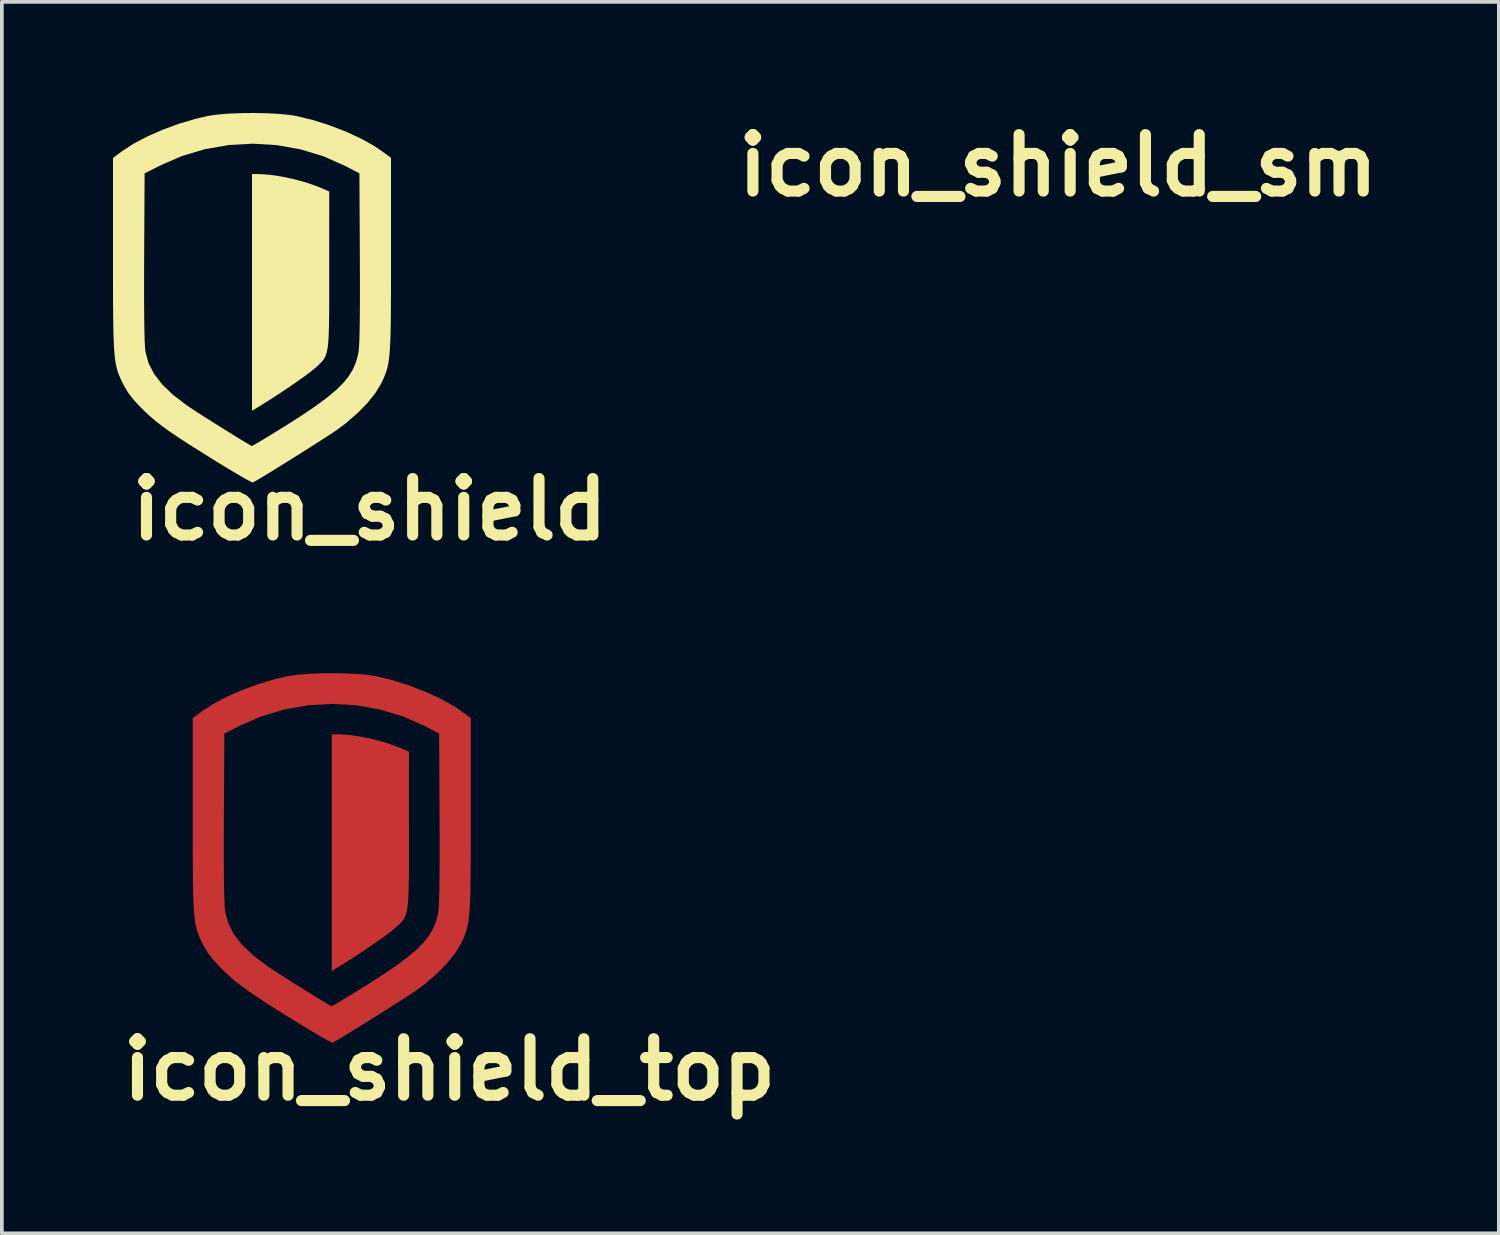
<source format=kicad_pcb>
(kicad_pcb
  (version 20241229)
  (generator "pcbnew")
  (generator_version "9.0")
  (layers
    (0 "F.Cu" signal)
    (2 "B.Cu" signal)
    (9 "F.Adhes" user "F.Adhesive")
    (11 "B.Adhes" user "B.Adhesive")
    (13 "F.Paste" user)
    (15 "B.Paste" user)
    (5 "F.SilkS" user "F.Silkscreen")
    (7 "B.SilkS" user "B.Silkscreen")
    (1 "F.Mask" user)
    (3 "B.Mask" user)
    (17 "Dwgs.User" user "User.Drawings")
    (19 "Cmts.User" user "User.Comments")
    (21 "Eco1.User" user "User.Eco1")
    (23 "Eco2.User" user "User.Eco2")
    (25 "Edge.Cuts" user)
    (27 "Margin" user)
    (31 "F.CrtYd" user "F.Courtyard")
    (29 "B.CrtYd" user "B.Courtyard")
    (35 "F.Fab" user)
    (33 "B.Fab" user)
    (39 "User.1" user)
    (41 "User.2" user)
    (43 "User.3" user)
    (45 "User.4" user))
  (footprint "icon_shield_sm"
    (layer "F.Cu")
    (at 25.509 7.133)
    (property "Reference" "icon_shield_sm" (at 0 -5.715 0) (layer "F.SilkS") (effects (font (size 1.524 1.524) (thickness 0.3))))
    (attr board_only exclude_from_pos_files exclude_from_bom)
    (fp_poly (pts (xy 0.48 -3.319) (xy 0.805 -3.27) (xy 1.149 -3.196) (xy 1.485 -3.102) (xy 1.786 -2.996) (xy 1.846 -2.971) (xy 2.085 -2.867) (xy 2.084 -0.756) (xy 2.084 -0.261) (xy 2.084 0.158) (xy 2.082 0.509) (xy 2.077 0.798) (xy 2.069 1.033) (xy 2.057 1.221) (xy 2.039 1.37) (xy 2.014 1.487) (xy 1.982 1.58) (xy 1.942 1.655) (xy 1.891 1.72) (xy 1.83 1.783) (xy 1.758 1.851) (xy 1.717 1.888) (xy 1.611 1.976) (xy 1.448 2.099) (xy 1.242 2.246) (xy 1.006 2.409) (xy 0.755 2.577) (xy 0.502 2.741) (xy 0.262 2.893) (xy 0.156 2.957) (xy 0 3.051) (xy 0 -3.337) (xy 0.203 -3.337)) (stroke (width 0) (type solid)) (fill yes) (layer "F.Mask"))
    (fp_poly (pts (xy 0.435 -4.978) (xy 0.768 -4.959) (xy 1.052 -4.929) (xy 1.187 -4.907) (xy 1.631 -4.8) (xy 2.083 -4.658) (xy 2.523 -4.488) (xy 2.934 -4.3) (xy 3.294 -4.1) (xy 3.513 -3.952) (xy 3.752 -3.775) (xy 3.752 -1.168) (xy 3.752 -0.601) (xy 3.751 -0.11) (xy 3.749 0.31) (xy 3.746 0.668) (xy 3.74 0.97) (xy 3.731 1.222) (xy 3.719 1.432) (xy 3.703 1.607) (xy 3.683 1.753) (xy 3.658 1.877) (xy 3.627 1.986) (xy 3.59 2.087) (xy 3.547 2.187) (xy 3.497 2.292) (xy 3.479 2.329) (xy 3.329 2.575) (xy 3.115 2.84) (xy 2.852 3.111) (xy 2.551 3.374) (xy 2.308 3.557) (xy 2.203 3.629) (xy 2.046 3.731) (xy 1.85 3.858) (xy 1.624 4.002) (xy 1.379 4.157) (xy 1.126 4.316) (xy 0.875 4.473) (xy 0.637 4.62) (xy 0.424 4.751) (xy 0.245 4.86) (xy 0.111 4.939) (xy 0.033 4.982) (xy 0.021 4.988) (xy -0.024 4.97) (xy -0.13 4.914) (xy -0.288 4.825) (xy -0.488 4.708) (xy -0.72 4.568) (xy -0.976 4.412) (xy -0.994 4.4) (xy -1.388 4.155) (xy -1.719 3.946) (xy -1.995 3.766) (xy -2.227 3.609) (xy -2.423 3.467) (xy -2.592 3.336) (xy -2.743 3.208) (xy -2.886 3.076) (xy -2.988 2.976) (xy -3.19 2.761) (xy -3.34 2.569) (xy -3.456 2.374) (xy -3.479 2.329) (xy -3.531 2.221) (xy -3.577 2.12) (xy -3.616 2.02) (xy -3.648 1.915) (xy -3.675 1.796) (xy -3.697 1.658) (xy -3.714 1.494) (xy -3.727 1.296) (xy -3.737 1.059) (xy -3.744 0.774) (xy -3.748 0.436) (xy -3.751 0.037) (xy -3.752 -0.43) (xy -3.752 -0.474) (xy -2.913 -0.474) (xy -2.913 0.053) (xy -2.91 0.498) (xy -2.905 0.861) (xy -2.898 1.142) (xy -2.888 1.341) (xy -2.876 1.459) (xy -2.876 1.46) (xy -2.792 1.766) (xy -2.642 2.058) (xy -2.423 2.342) (xy -2.131 2.622) (xy -1.761 2.904) (xy -1.667 2.968) (xy -1.536 3.054) (xy -1.366 3.164) (xy -1.169 3.289) (xy -0.955 3.423) (xy -0.738 3.559) (xy -0.529 3.689) (xy -0.34 3.806) (xy -0.182 3.901) (xy -0.068 3.969) (xy -0.009 4.002) (xy -0.004 4.003) (xy 0.036 3.983) (xy 0.133 3.927) (xy 0.276 3.842) (xy 0.452 3.736) (xy 0.538 3.684) (xy 1.015 3.388) (xy 1.422 3.125) (xy 1.766 2.889) (xy 2.052 2.675) (xy 2.286 2.477) (xy 2.473 2.29) (xy 2.618 2.108) (xy 2.727 1.928) (xy 2.806 1.742) (xy 2.859 1.547) (xy 2.876 1.46) (xy 2.888 1.341) (xy 2.898 1.142) (xy 2.905 0.862) (xy 2.91 0.499) (xy 2.913 0.055) (xy 2.913 -0.472) (xy 2.911 -1.082) (xy 2.911 -1.084) (xy 2.899 -3.357) (xy 2.523 -3.553) (xy 1.931 -3.817) (xy 1.31 -4.005) (xy 0.67 -4.119) (xy 0.021 -4.158) (xy -0.629 -4.121) (xy -1.27 -4.01) (xy -1.893 -3.824) (xy -2.434 -3.59) (xy -2.899 -3.357) (xy -2.911 -1.084) (xy -2.913 -0.474) (xy -3.752 -0.474) (xy -3.752 -0.971) (xy -3.752 -1.168) (xy -3.752 -3.775) (xy -3.513 -3.952) (xy -3.201 -4.155) (xy -2.825 -4.353) (xy -2.405 -4.537) (xy -1.959 -4.7) (xy -1.507 -4.833) (xy -1.187 -4.907) (xy -0.941 -4.943) (xy -0.634 -4.969) (xy -0.287 -4.983) (xy 0.076 -4.986)) (stroke (width 0) (type solid)) (fill yes) (layer "F.Mask")))
  (footprint "icon_shield"
    (layer "F.Cu")
    (at 3.752 4.986)
    (property "Reference" "icon_shield" (at 3.175 5.715 0) (layer "F.SilkS") (effects (font (size 1.524 1.524) (thickness 0.3))))
    (attr board_only exclude_from_pos_files exclude_from_bom)
    (fp_poly (pts (xy 0.48 -3.319) (xy 0.805 -3.27) (xy 1.149 -3.196) (xy 1.485 -3.102) (xy 1.786 -2.996) (xy 1.846 -2.971) (xy 2.085 -2.867) (xy 2.084 -0.756) (xy 2.084 -0.261) (xy 2.084 0.158) (xy 2.082 0.509) (xy 2.077 0.798) (xy 2.069 1.033) (xy 2.057 1.221) (xy 2.039 1.37) (xy 2.014 1.487) (xy 1.982 1.58) (xy 1.942 1.655) (xy 1.891 1.72) (xy 1.83 1.783) (xy 1.758 1.851) (xy 1.717 1.888) (xy 1.611 1.976) (xy 1.448 2.099) (xy 1.242 2.246) (xy 1.006 2.409) (xy 0.755 2.577) (xy 0.502 2.741) (xy 0.262 2.893) (xy 0.156 2.957) (xy 0 3.051) (xy 0 -3.337) (xy 0.203 -3.337)) (stroke (width 0) (type solid)) (fill yes) (layer "F.SilkS"))
    (fp_poly (pts (xy 0.435 -4.978) (xy 0.768 -4.959) (xy 1.052 -4.929) (xy 1.187 -4.907) (xy 1.631 -4.8) (xy 2.083 -4.658) (xy 2.523 -4.488) (xy 2.934 -4.3) (xy 3.294 -4.1) (xy 3.513 -3.952) (xy 3.752 -3.775) (xy 3.752 -1.168) (xy 3.752 -0.601) (xy 3.751 -0.11) (xy 3.749 0.31) (xy 3.746 0.668) (xy 3.74 0.97) (xy 3.731 1.222) (xy 3.719 1.432) (xy 3.703 1.607) (xy 3.683 1.753) (xy 3.658 1.877) (xy 3.627 1.986) (xy 3.59 2.087) (xy 3.547 2.187) (xy 3.497 2.292) (xy 3.479 2.329) (xy 3.329 2.575) (xy 3.115 2.84) (xy 2.852 3.111) (xy 2.551 3.374) (xy 2.308 3.557) (xy 2.203 3.629) (xy 2.046 3.731) (xy 1.85 3.858) (xy 1.624 4.002) (xy 1.379 4.157) (xy 1.126 4.316) (xy 0.875 4.473) (xy 0.637 4.62) (xy 0.424 4.751) (xy 0.245 4.86) (xy 0.111 4.939) (xy 0.033 4.982) (xy 0.021 4.988) (xy -0.024 4.97) (xy -0.13 4.914) (xy -0.288 4.825) (xy -0.488 4.708) (xy -0.72 4.568) (xy -0.976 4.412) (xy -0.994 4.4) (xy -1.388 4.155) (xy -1.719 3.946) (xy -1.995 3.766) (xy -2.227 3.609) (xy -2.423 3.467) (xy -2.592 3.336) (xy -2.743 3.208) (xy -2.886 3.076) (xy -2.988 2.976) (xy -3.19 2.761) (xy -3.34 2.569) (xy -3.456 2.374) (xy -3.479 2.329) (xy -3.531 2.221) (xy -3.577 2.12) (xy -3.616 2.02) (xy -3.648 1.915) (xy -3.675 1.796) (xy -3.697 1.658) (xy -3.714 1.494) (xy -3.727 1.296) (xy -3.737 1.059) (xy -3.744 0.774) (xy -3.748 0.436) (xy -3.751 0.037) (xy -3.752 -0.43) (xy -3.752 -0.474) (xy -2.913 -0.474) (xy -2.913 0.053) (xy -2.91 0.498) (xy -2.905 0.861) (xy -2.898 1.142) (xy -2.888 1.341) (xy -2.876 1.459) (xy -2.876 1.46) (xy -2.792 1.766) (xy -2.642 2.058) (xy -2.423 2.342) (xy -2.131 2.622) (xy -1.761 2.904) (xy -1.667 2.968) (xy -1.536 3.054) (xy -1.366 3.164) (xy -1.169 3.289) (xy -0.955 3.423) (xy -0.738 3.559) (xy -0.529 3.689) (xy -0.34 3.806) (xy -0.182 3.901) (xy -0.068 3.969) (xy -0.009 4.002) (xy -0.004 4.003) (xy 0.036 3.983) (xy 0.133 3.927) (xy 0.276 3.842) (xy 0.452 3.736) (xy 0.538 3.684) (xy 1.015 3.388) (xy 1.422 3.125) (xy 1.766 2.889) (xy 2.052 2.675) (xy 2.286 2.477) (xy 2.473 2.29) (xy 2.618 2.108) (xy 2.727 1.928) (xy 2.806 1.742) (xy 2.859 1.547) (xy 2.876 1.46) (xy 2.888 1.341) (xy 2.898 1.142) (xy 2.905 0.862) (xy 2.91 0.499) (xy 2.913 0.055) (xy 2.913 -0.472) (xy 2.911 -1.082) (xy 2.911 -1.084) (xy 2.899 -3.357) (xy 2.523 -3.553) (xy 1.931 -3.817) (xy 1.31 -4.005) (xy 0.67 -4.119) (xy 0.021 -4.158) (xy -0.629 -4.121) (xy -1.27 -4.01) (xy -1.893 -3.824) (xy -2.434 -3.59) (xy -2.899 -3.357) (xy -2.911 -1.084) (xy -2.913 -0.474) (xy -3.752 -0.474) (xy -3.752 -0.971) (xy -3.752 -1.168) (xy -3.752 -3.775) (xy -3.513 -3.952) (xy -3.201 -4.155) (xy -2.825 -4.353) (xy -2.405 -4.537) (xy -1.959 -4.7) (xy -1.507 -4.833) (xy -1.187 -4.907) (xy -0.941 -4.943) (xy -0.634 -4.969) (xy -0.287 -4.983) (xy 0.076 -4.986)) (stroke (width 0) (type solid)) (fill yes) (layer "F.SilkS")))
  (footprint "icon_shield_top"
    (layer "F.Cu")
    (at 5.904 20.107)
    (property "Reference" "icon_shield_top" (at 3.175 5.715 0) (layer "F.SilkS") (effects (font (size 1.524 1.524) (thickness 0.3))))
    (attr board_only exclude_from_pos_files exclude_from_bom)
    (fp_poly (pts (xy 0.48 -3.319) (xy 0.805 -3.27) (xy 1.149 -3.196) (xy 1.485 -3.102) (xy 1.786 -2.996) (xy 1.846 -2.971) (xy 2.085 -2.867) (xy 2.084 -0.756) (xy 2.084 -0.261) (xy 2.084 0.158) (xy 2.082 0.509) (xy 2.077 0.798) (xy 2.069 1.033) (xy 2.057 1.221) (xy 2.039 1.37) (xy 2.014 1.487) (xy 1.982 1.58) (xy 1.942 1.655) (xy 1.891 1.72) (xy 1.83 1.783) (xy 1.758 1.851) (xy 1.717 1.888) (xy 1.611 1.976) (xy 1.448 2.099) (xy 1.242 2.246) (xy 1.006 2.409) (xy 0.755 2.577) (xy 0.502 2.741) (xy 0.262 2.893) (xy 0.156 2.957) (xy 0 3.051) (xy 0 -3.337) (xy 0.203 -3.337)) (stroke (width 0) (type solid)) (fill yes) (layer "F.Cu"))
    (fp_poly (pts (xy 0.435 -4.978) (xy 0.768 -4.959) (xy 1.052 -4.929) (xy 1.187 -4.907) (xy 1.631 -4.8) (xy 2.083 -4.658) (xy 2.523 -4.488) (xy 2.934 -4.3) (xy 3.294 -4.1) (xy 3.513 -3.952) (xy 3.752 -3.775) (xy 3.752 -1.168) (xy 3.752 -0.601) (xy 3.751 -0.11) (xy 3.749 0.31) (xy 3.746 0.668) (xy 3.74 0.97) (xy 3.731 1.222) (xy 3.719 1.432) (xy 3.703 1.607) (xy 3.683 1.753) (xy 3.658 1.877) (xy 3.627 1.986) (xy 3.59 2.087) (xy 3.547 2.187) (xy 3.497 2.292) (xy 3.479 2.329) (xy 3.329 2.575) (xy 3.115 2.84) (xy 2.852 3.111) (xy 2.551 3.374) (xy 2.308 3.557) (xy 2.203 3.629) (xy 2.046 3.731) (xy 1.85 3.858) (xy 1.624 4.002) (xy 1.379 4.157) (xy 1.126 4.316) (xy 0.875 4.473) (xy 0.637 4.62) (xy 0.424 4.751) (xy 0.245 4.86) (xy 0.111 4.939) (xy 0.033 4.982) (xy 0.021 4.988) (xy -0.024 4.97) (xy -0.13 4.914) (xy -0.288 4.825) (xy -0.488 4.708) (xy -0.72 4.568) (xy -0.976 4.412) (xy -0.994 4.4) (xy -1.388 4.155) (xy -1.719 3.946) (xy -1.995 3.766) (xy -2.227 3.609) (xy -2.423 3.467) (xy -2.592 3.336) (xy -2.743 3.208) (xy -2.886 3.076) (xy -2.988 2.976) (xy -3.19 2.761) (xy -3.34 2.569) (xy -3.456 2.374) (xy -3.479 2.329) (xy -3.531 2.221) (xy -3.577 2.12) (xy -3.616 2.02) (xy -3.648 1.915) (xy -3.675 1.796) (xy -3.697 1.658) (xy -3.714 1.494) (xy -3.727 1.296) (xy -3.737 1.059) (xy -3.744 0.774) (xy -3.748 0.436) (xy -3.751 0.037) (xy -3.752 -0.43) (xy -3.752 -0.474) (xy -2.913 -0.474) (xy -2.913 0.053) (xy -2.91 0.498) (xy -2.905 0.861) (xy -2.898 1.142) (xy -2.888 1.341) (xy -2.876 1.459) (xy -2.876 1.46) (xy -2.792 1.766) (xy -2.642 2.058) (xy -2.423 2.342) (xy -2.131 2.622) (xy -1.761 2.904) (xy -1.667 2.968) (xy -1.536 3.054) (xy -1.366 3.164) (xy -1.169 3.289) (xy -0.955 3.423) (xy -0.738 3.559) (xy -0.529 3.689) (xy -0.34 3.806) (xy -0.182 3.901) (xy -0.068 3.969) (xy -0.009 4.002) (xy -0.004 4.003) (xy 0.036 3.983) (xy 0.133 3.927) (xy 0.276 3.842) (xy 0.452 3.736) (xy 0.538 3.684) (xy 1.015 3.388) (xy 1.422 3.125) (xy 1.766 2.889) (xy 2.052 2.675) (xy 2.286 2.477) (xy 2.473 2.29) (xy 2.618 2.108) (xy 2.727 1.928) (xy 2.806 1.742) (xy 2.859 1.547) (xy 2.876 1.46) (xy 2.888 1.341) (xy 2.898 1.142) (xy 2.905 0.862) (xy 2.91 0.499) (xy 2.913 0.055) (xy 2.913 -0.472) (xy 2.911 -1.082) (xy 2.911 -1.084) (xy 2.899 -3.357) (xy 2.523 -3.553) (xy 1.931 -3.817) (xy 1.31 -4.005) (xy 0.67 -4.119) (xy 0.021 -4.158) (xy -0.629 -4.121) (xy -1.27 -4.01) (xy -1.893 -3.824) (xy -2.434 -3.59) (xy -2.899 -3.357) (xy -2.911 -1.084) (xy -2.913 -0.474) (xy -3.752 -0.474) (xy -3.752 -0.971) (xy -3.752 -1.168) (xy -3.752 -3.775) (xy -3.513 -3.952) (xy -3.201 -4.155) (xy -2.825 -4.353) (xy -2.405 -4.537) (xy -1.959 -4.7) (xy -1.507 -4.833) (xy -1.187 -4.907) (xy -0.941 -4.943) (xy -0.634 -4.969) (xy -0.287 -4.983) (xy 0.076 -4.986)) (stroke (width 0) (type solid)) (fill yes) (layer "F.Cu")))
  (gr_rect
    (start -3 -3)
    (end 37.406 30.24)
    (stroke (width 0.1) (type default))
    (fill no)
    (layer "Edge.Cuts")))
</source>
